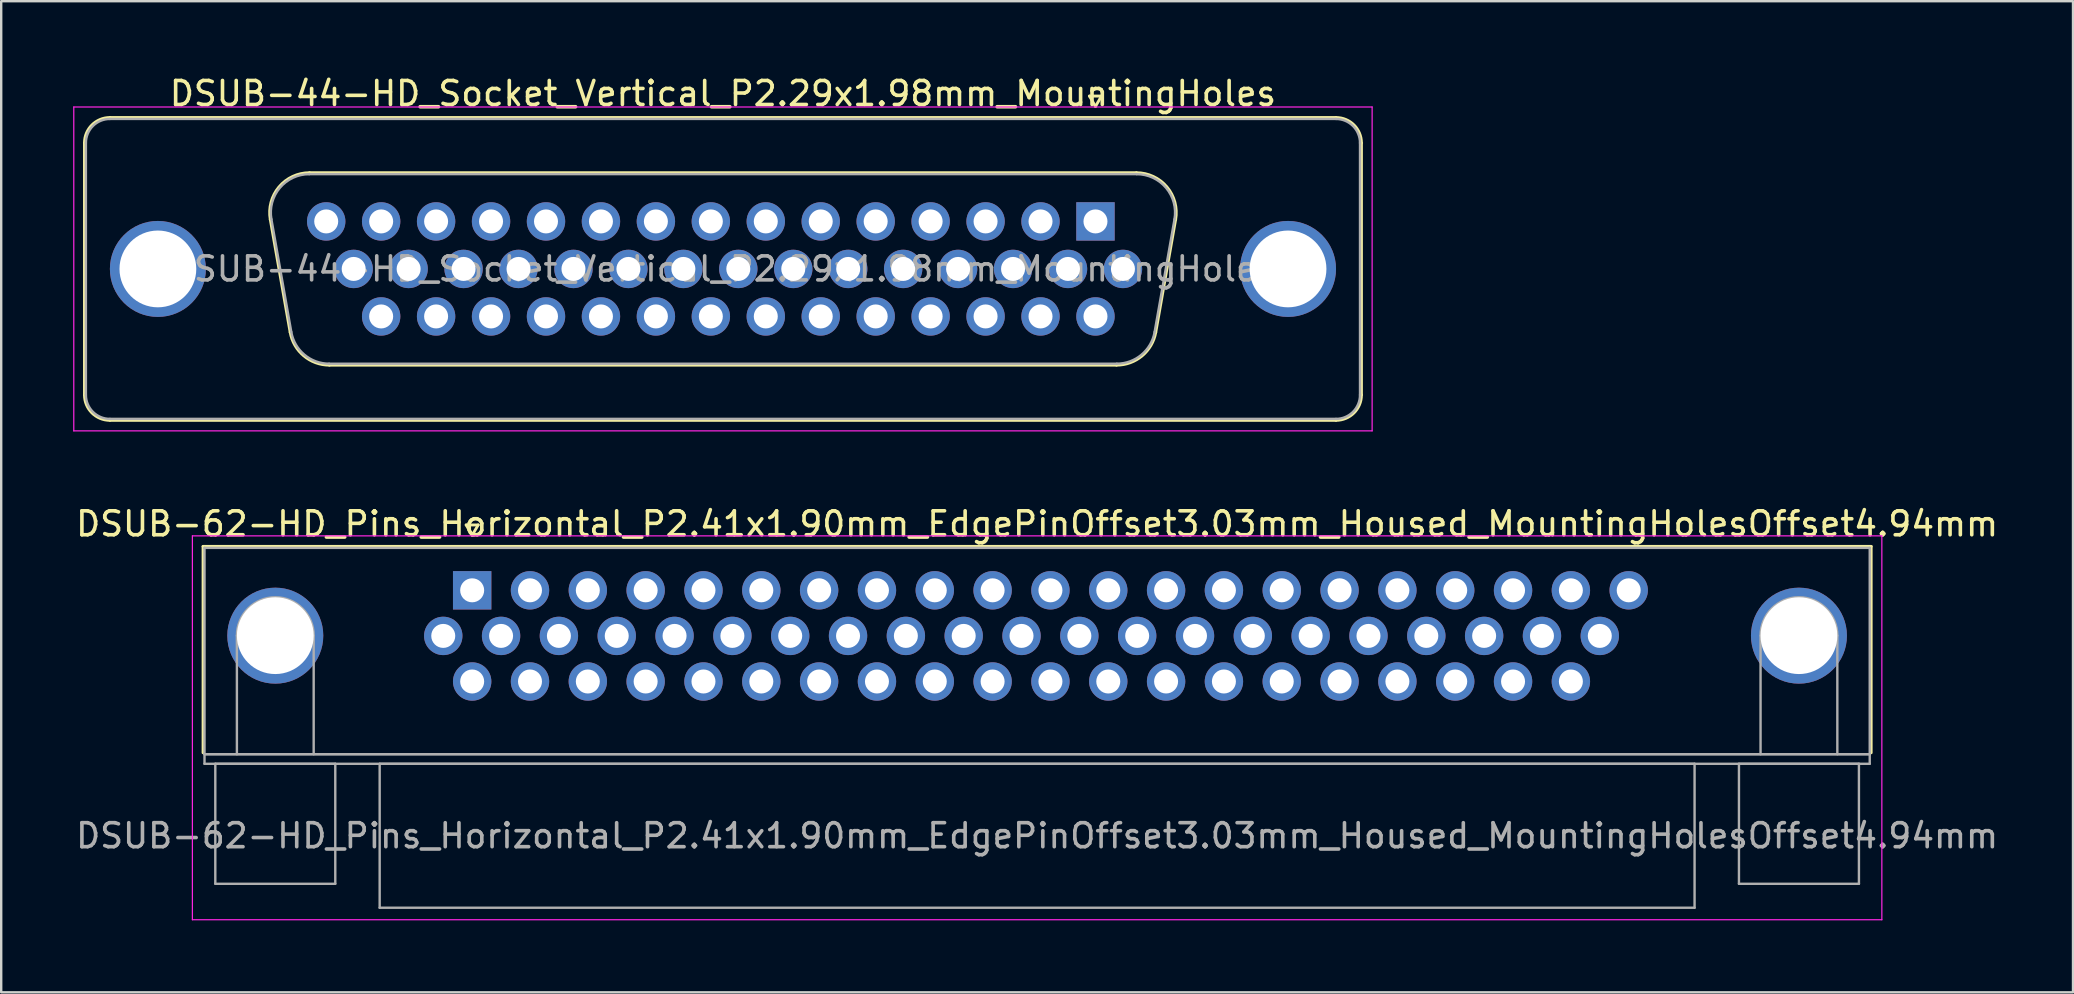
<source format=kicad_pcb>
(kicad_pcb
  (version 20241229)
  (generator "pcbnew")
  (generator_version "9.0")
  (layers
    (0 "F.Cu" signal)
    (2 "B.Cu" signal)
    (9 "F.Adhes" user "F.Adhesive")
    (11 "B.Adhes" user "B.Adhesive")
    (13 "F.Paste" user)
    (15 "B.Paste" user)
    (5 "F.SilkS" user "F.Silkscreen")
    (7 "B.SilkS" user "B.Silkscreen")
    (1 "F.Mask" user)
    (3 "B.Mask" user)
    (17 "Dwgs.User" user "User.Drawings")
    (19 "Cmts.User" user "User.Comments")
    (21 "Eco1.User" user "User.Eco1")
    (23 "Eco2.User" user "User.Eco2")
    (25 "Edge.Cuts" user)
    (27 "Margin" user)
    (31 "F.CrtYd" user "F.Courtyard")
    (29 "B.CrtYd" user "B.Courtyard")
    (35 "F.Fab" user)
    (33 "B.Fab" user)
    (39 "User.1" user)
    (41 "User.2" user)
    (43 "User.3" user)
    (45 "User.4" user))
  (footprint "DSUB-62-HD_Pins_Horizontal_P2.41x1.90mm_EdgePinOffset3.03mm_Housed_MountingHolesOffset4.94mm"
    (layer "F.Cu")
    (at 16.628 21.552)
    (property "Reference" "DSUB-62-HD_Pins_Horizontal_P2.41x1.90mm_EdgePinOffset3.03mm_Housed_MountingHolesOffset4.94mm" (at 23.545 -2.77 0) (layer "F.SilkS") (effects (font (size 1 1) (thickness 0.15))))
    (attr through_hole)
    (fp_line (start -11.215 -1.83) (end 58.305 -1.83) (stroke (width 0.12) (type solid)) (layer "F.SilkS"))
    (fp_line (start -11.215 6.77) (end -11.215 -1.83) (stroke (width 0.12) (type solid)) (layer "F.SilkS"))
    (fp_line (start -0.25 -2.724) (end 0.25 -2.724) (stroke (width 0.12) (type solid)) (layer "F.SilkS"))
    (fp_line (start 0 -2.291) (end -0.25 -2.724) (stroke (width 0.12) (type solid)) (layer "F.SilkS"))
    (fp_line (start 0.25 -2.724) (end 0 -2.291) (stroke (width 0.12) (type solid)) (layer "F.SilkS"))
    (fp_line (start 58.305 -1.83) (end 58.305 6.77) (stroke (width 0.12) (type solid)) (layer "F.SilkS"))
    (fp_line (start -11.66 -2.27) (end -11.66 13.73) (stroke (width 0.05) (type solid)) (layer "F.CrtYd"))
    (fp_line (start -11.66 13.73) (end 58.75 13.73) (stroke (width 0.05) (type solid)) (layer "F.CrtYd"))
    (fp_line (start 58.75 -2.27) (end -11.66 -2.27) (stroke (width 0.05) (type solid)) (layer "F.CrtYd"))
    (fp_line (start 58.75 13.73) (end 58.75 -2.27) (stroke (width 0.05) (type solid)) (layer "F.CrtYd"))
    (fp_line (start -11.155 -1.77) (end -11.155 6.83) (stroke (width 0.1) (type solid)) (layer "F.Fab"))
    (fp_line (start -11.155 6.83) (end -11.155 7.23) (stroke (width 0.1) (type solid)) (layer "F.Fab"))
    (fp_line (start -11.155 6.83) (end 58.245 6.83) (stroke (width 0.1) (type solid)) (layer "F.Fab"))
    (fp_line (start -11.155 7.23) (end 58.245 7.23) (stroke (width 0.1) (type solid)) (layer "F.Fab"))
    (fp_line (start -10.705 7.23) (end -10.705 12.23) (stroke (width 0.1) (type solid)) (layer "F.Fab"))
    (fp_line (start -10.705 12.23) (end -5.705 12.23) (stroke (width 0.1) (type solid)) (layer "F.Fab"))
    (fp_line (start -9.805 6.83) (end -9.805 1.89) (stroke (width 0.1) (type solid)) (layer "F.Fab"))
    (fp_line (start -6.605 6.83) (end -6.605 1.89) (stroke (width 0.1) (type solid)) (layer "F.Fab"))
    (fp_line (start -5.705 7.23) (end -10.705 7.23) (stroke (width 0.1) (type solid)) (layer "F.Fab"))
    (fp_line (start -5.705 12.23) (end -5.705 7.23) (stroke (width 0.1) (type solid)) (layer "F.Fab"))
    (fp_line (start -3.855 7.23) (end -3.855 13.23) (stroke (width 0.1) (type solid)) (layer "F.Fab"))
    (fp_line (start -3.855 13.23) (end 50.945 13.23) (stroke (width 0.1) (type solid)) (layer "F.Fab"))
    (fp_line (start 50.945 7.23) (end -3.855 7.23) (stroke (width 0.1) (type solid)) (layer "F.Fab"))
    (fp_line (start 50.945 13.23) (end 50.945 7.23) (stroke (width 0.1) (type solid)) (layer "F.Fab"))
    (fp_line (start 52.795 7.23) (end 52.795 12.23) (stroke (width 0.1) (type solid)) (layer "F.Fab"))
    (fp_line (start 52.795 12.23) (end 57.795 12.23) (stroke (width 0.1) (type solid)) (layer "F.Fab"))
    (fp_line (start 53.695 6.83) (end 53.695 1.89) (stroke (width 0.1) (type solid)) (layer "F.Fab"))
    (fp_line (start 56.895 6.83) (end 56.895 1.89) (stroke (width 0.1) (type solid)) (layer "F.Fab"))
    (fp_line (start 57.795 7.23) (end 52.795 7.23) (stroke (width 0.1) (type solid)) (layer "F.Fab"))
    (fp_line (start 57.795 12.23) (end 57.795 7.23) (stroke (width 0.1) (type solid)) (layer "F.Fab"))
    (fp_line (start 58.245 -1.77) (end -11.155 -1.77) (stroke (width 0.1) (type solid)) (layer "F.Fab"))
    (fp_line (start 58.245 6.83) (end -11.155 6.83) (stroke (width 0.1) (type solid)) (layer "F.Fab"))
    (fp_line (start 58.245 6.83) (end 58.245 -1.77) (stroke (width 0.1) (type solid)) (layer "F.Fab"))
    (fp_line (start 58.245 7.23) (end 58.245 6.83) (stroke (width 0.1) (type solid)) (layer "F.Fab"))
    (fp_arc (start -9.805 1.89) (mid -8.205 0.29) (end -6.605 1.89) (stroke (width 0.1) (type solid)) (layer "F.Fab"))
    (fp_arc (start 53.695 1.89) (mid 55.295 0.29) (end 56.895 1.89) (stroke (width 0.1) (type solid)) (layer "F.Fab"))
    (fp_text user "${REFERENCE}" (at 23.545 10.23 0) (layer "F.Fab") (effects (font (size 1 1) (thickness 0.15))))
    (pad "0" thru_hole circle (at -8.205 1.89) (size 4 4) (drill 3.2) (layers "*.Cu" "*.Mask"))
    (pad "0" thru_hole circle (at 55.295 1.89) (size 4 4) (drill 3.2) (layers "*.Cu" "*.Mask"))
    (pad "1" thru_hole rect (at 0 0) (size 1.6 1.6) (drill 1) (layers "*.Cu" "*.Mask"))
    (pad "2" thru_hole circle (at 2.41 0) (size 1.6 1.6) (drill 1) (layers "*.Cu" "*.Mask"))
    (pad "3" thru_hole circle (at 4.82 0) (size 1.6 1.6) (drill 1) (layers "*.Cu" "*.Mask"))
    (pad "4" thru_hole circle (at 7.23 0) (size 1.6 1.6) (drill 1) (layers "*.Cu" "*.Mask"))
    (pad "5" thru_hole circle (at 9.64 0) (size 1.6 1.6) (drill 1) (layers "*.Cu" "*.Mask"))
    (pad "6" thru_hole circle (at 12.05 0) (size 1.6 1.6) (drill 1) (layers "*.Cu" "*.Mask"))
    (pad "7" thru_hole circle (at 14.46 0) (size 1.6 1.6) (drill 1) (layers "*.Cu" "*.Mask"))
    (pad "8" thru_hole circle (at 16.87 0) (size 1.6 1.6) (drill 1) (layers "*.Cu" "*.Mask"))
    (pad "9" thru_hole circle (at 19.28 0) (size 1.6 1.6) (drill 1) (layers "*.Cu" "*.Mask"))
    (pad "10" thru_hole circle (at 21.69 0) (size 1.6 1.6) (drill 1) (layers "*.Cu" "*.Mask"))
    (pad "11" thru_hole circle (at 24.1 0) (size 1.6 1.6) (drill 1) (layers "*.Cu" "*.Mask"))
    (pad "12" thru_hole circle (at 26.51 0) (size 1.6 1.6) (drill 1) (layers "*.Cu" "*.Mask"))
    (pad "13" thru_hole circle (at 28.92 0) (size 1.6 1.6) (drill 1) (layers "*.Cu" "*.Mask"))
    (pad "14" thru_hole circle (at 31.33 0) (size 1.6 1.6) (drill 1) (layers "*.Cu" "*.Mask"))
    (pad "15" thru_hole circle (at 33.74 0) (size 1.6 1.6) (drill 1) (layers "*.Cu" "*.Mask"))
    (pad "16" thru_hole circle (at 36.15 0) (size 1.6 1.6) (drill 1) (layers "*.Cu" "*.Mask"))
    (pad "17" thru_hole circle (at 38.56 0) (size 1.6 1.6) (drill 1) (layers "*.Cu" "*.Mask"))
    (pad "18" thru_hole circle (at 40.97 0) (size 1.6 1.6) (drill 1) (layers "*.Cu" "*.Mask"))
    (pad "19" thru_hole circle (at 43.38 0) (size 1.6 1.6) (drill 1) (layers "*.Cu" "*.Mask"))
    (pad "20" thru_hole circle (at 45.79 0) (size 1.6 1.6) (drill 1) (layers "*.Cu" "*.Mask"))
    (pad "21" thru_hole circle (at 48.2 0) (size 1.6 1.6) (drill 1) (layers "*.Cu" "*.Mask"))
    (pad "22" thru_hole circle (at -1.205 1.9) (size 1.6 1.6) (drill 1) (layers "*.Cu" "*.Mask"))
    (pad "23" thru_hole circle (at 1.205 1.9) (size 1.6 1.6) (drill 1) (layers "*.Cu" "*.Mask"))
    (pad "24" thru_hole circle (at 3.615 1.9) (size 1.6 1.6) (drill 1) (layers "*.Cu" "*.Mask"))
    (pad "25" thru_hole circle (at 6.025 1.9) (size 1.6 1.6) (drill 1) (layers "*.Cu" "*.Mask"))
    (pad "26" thru_hole circle (at 8.435 1.9) (size 1.6 1.6) (drill 1) (layers "*.Cu" "*.Mask"))
    (pad "27" thru_hole circle (at 10.845 1.9) (size 1.6 1.6) (drill 1) (layers "*.Cu" "*.Mask"))
    (pad "28" thru_hole circle (at 13.255 1.9) (size 1.6 1.6) (drill 1) (layers "*.Cu" "*.Mask"))
    (pad "29" thru_hole circle (at 15.665 1.9) (size 1.6 1.6) (drill 1) (layers "*.Cu" "*.Mask"))
    (pad "30" thru_hole circle (at 18.075 1.9) (size 1.6 1.6) (drill 1) (layers "*.Cu" "*.Mask"))
    (pad "31" thru_hole circle (at 20.485 1.9) (size 1.6 1.6) (drill 1) (layers "*.Cu" "*.Mask"))
    (pad "32" thru_hole circle (at 22.895 1.9) (size 1.6 1.6) (drill 1) (layers "*.Cu" "*.Mask"))
    (pad "33" thru_hole circle (at 25.305 1.9) (size 1.6 1.6) (drill 1) (layers "*.Cu" "*.Mask"))
    (pad "34" thru_hole circle (at 27.715 1.9) (size 1.6 1.6) (drill 1) (layers "*.Cu" "*.Mask"))
    (pad "35" thru_hole circle (at 30.125 1.9) (size 1.6 1.6) (drill 1) (layers "*.Cu" "*.Mask"))
    (pad "36" thru_hole circle (at 32.535 1.9) (size 1.6 1.6) (drill 1) (layers "*.Cu" "*.Mask"))
    (pad "37" thru_hole circle (at 34.945 1.9) (size 1.6 1.6) (drill 1) (layers "*.Cu" "*.Mask"))
    (pad "38" thru_hole circle (at 37.355 1.9) (size 1.6 1.6) (drill 1) (layers "*.Cu" "*.Mask"))
    (pad "39" thru_hole circle (at 39.765 1.9) (size 1.6 1.6) (drill 1) (layers "*.Cu" "*.Mask"))
    (pad "40" thru_hole circle (at 42.175 1.9) (size 1.6 1.6) (drill 1) (layers "*.Cu" "*.Mask"))
    (pad "41" thru_hole circle (at 44.585 1.9) (size 1.6 1.6) (drill 1) (layers "*.Cu" "*.Mask"))
    (pad "42" thru_hole circle (at 46.995 1.9) (size 1.6 1.6) (drill 1) (layers "*.Cu" "*.Mask"))
    (pad "43" thru_hole circle (at 0 3.8) (size 1.6 1.6) (drill 1) (layers "*.Cu" "*.Mask"))
    (pad "44" thru_hole circle (at 2.41 3.8) (size 1.6 1.6) (drill 1) (layers "*.Cu" "*.Mask"))
    (pad "45" thru_hole circle (at 4.82 3.8) (size 1.6 1.6) (drill 1) (layers "*.Cu" "*.Mask"))
    (pad "46" thru_hole circle (at 7.23 3.8) (size 1.6 1.6) (drill 1) (layers "*.Cu" "*.Mask"))
    (pad "47" thru_hole circle (at 9.64 3.8) (size 1.6 1.6) (drill 1) (layers "*.Cu" "*.Mask"))
    (pad "48" thru_hole circle (at 12.05 3.8) (size 1.6 1.6) (drill 1) (layers "*.Cu" "*.Mask"))
    (pad "49" thru_hole circle (at 14.46 3.8) (size 1.6 1.6) (drill 1) (layers "*.Cu" "*.Mask"))
    (pad "50" thru_hole circle (at 16.87 3.8) (size 1.6 1.6) (drill 1) (layers "*.Cu" "*.Mask"))
    (pad "51" thru_hole circle (at 19.28 3.8) (size 1.6 1.6) (drill 1) (layers "*.Cu" "*.Mask"))
    (pad "52" thru_hole circle (at 21.69 3.8) (size 1.6 1.6) (drill 1) (layers "*.Cu" "*.Mask"))
    (pad "53" thru_hole circle (at 24.1 3.8) (size 1.6 1.6) (drill 1) (layers "*.Cu" "*.Mask"))
    (pad "54" thru_hole circle (at 26.51 3.8) (size 1.6 1.6) (drill 1) (layers "*.Cu" "*.Mask"))
    (pad "55" thru_hole circle (at 28.92 3.8) (size 1.6 1.6) (drill 1) (layers "*.Cu" "*.Mask"))
    (pad "56" thru_hole circle (at 31.33 3.8) (size 1.6 1.6) (drill 1) (layers "*.Cu" "*.Mask"))
    (pad "57" thru_hole circle (at 33.74 3.8) (size 1.6 1.6) (drill 1) (layers "*.Cu" "*.Mask"))
    (pad "58" thru_hole circle (at 36.15 3.8) (size 1.6 1.6) (drill 1) (layers "*.Cu" "*.Mask"))
    (pad "59" thru_hole circle (at 38.56 3.8) (size 1.6 1.6) (drill 1) (layers "*.Cu" "*.Mask"))
    (pad "60" thru_hole circle (at 40.97 3.8) (size 1.6 1.6) (drill 1) (layers "*.Cu" "*.Mask"))
    (pad "61" thru_hole circle (at 43.38 3.8) (size 1.6 1.6) (drill 1) (layers "*.Cu" "*.Mask"))
    (pad "62" thru_hole circle (at 45.79 3.8) (size 1.6 1.6) (drill 1) (layers "*.Cu" "*.Mask")))
  (footprint "DSUB-44-HD_Socket_Vertical_P2.29x1.98mm_MountingHoles"
    (layer "F.Cu")
    (at 42.605 6.178)
    (property "Reference" "DSUB-44-HD_Socket_Vertical_P2.29x1.98mm_MountingHoles" (at -15.525 -5.33 0) (layer "F.SilkS") (effects (font (size 1 1) (thickness 0.15))))
    (attr through_hole)
    (fp_line (start -42.135 7.23) (end -42.135 -3.27) (stroke (width 0.12) (type solid)) (layer "F.SilkS"))
    (fp_line (start -41.075 -4.33) (end 10.025 -4.33) (stroke (width 0.12) (type solid)) (layer "F.SilkS"))
    (fp_line (start -33.563 4.618) (end -34.391 -0.082) (stroke (width 0.12) (type solid)) (layer "F.SilkS"))
    (fp_line (start -32.757 -2.03) (end 1.707 -2.03) (stroke (width 0.12) (type solid)) (layer "F.SilkS"))
    (fp_line (start -0.25 -5.224) (end 0.25 -5.224) (stroke (width 0.12) (type solid)) (layer "F.SilkS"))
    (fp_line (start 0 -4.791) (end -0.25 -5.224) (stroke (width 0.12) (type solid)) (layer "F.SilkS"))
    (fp_line (start 0.25 -5.224) (end 0 -4.791) (stroke (width 0.12) (type solid)) (layer "F.SilkS"))
    (fp_line (start 0.878 5.99) (end -31.928 5.99) (stroke (width 0.12) (type solid)) (layer "F.SilkS"))
    (fp_line (start 3.341 -0.082) (end 2.513 4.618) (stroke (width 0.12) (type solid)) (layer "F.SilkS"))
    (fp_line (start 10.025 8.29) (end -41.075 8.29) (stroke (width 0.12) (type solid)) (layer "F.SilkS"))
    (fp_line (start 11.085 -3.27) (end 11.085 7.23) (stroke (width 0.12) (type solid)) (layer "F.SilkS"))
    (fp_arc (start -42.135 -3.27) (mid -41.824533 -4.019533) (end -41.075 -4.33) (stroke (width 0.12) (type solid)) (layer "F.SilkS"))
    (fp_arc (start -41.075 8.29) (mid -41.824533 7.979533) (end -42.135 7.23) (stroke (width 0.12) (type solid)) (layer "F.SilkS"))
    (fp_arc (start -34.39147 -0.081744) (mid -34.028323 -1.437027) (end -32.756689 -2.03) (stroke (width 0.12) (type solid)) (layer "F.SilkS"))
    (fp_arc (start -31.927952 5.99) (mid -32.99498 5.601634) (end -33.562733 4.618256) (stroke (width 0.12) (type solid)) (layer "F.SilkS"))
    (fp_arc (start 1.706689 -2.03) (mid 2.978323 -1.437027) (end 3.34147 -0.081744) (stroke (width 0.12) (type solid)) (layer "F.SilkS"))
    (fp_arc (start 2.512733 4.618256) (mid 1.94498 5.601634) (end 0.877952 5.99) (stroke (width 0.12) (type solid)) (layer "F.SilkS"))
    (fp_arc (start 10.025 -4.33) (mid 10.774533 -4.019533) (end 11.085 -3.27) (stroke (width 0.12) (type solid)) (layer "F.SilkS"))
    (fp_arc (start 11.085 7.23) (mid 10.774533 7.979533) (end 10.025 8.29) (stroke (width 0.12) (type solid)) (layer "F.SilkS"))
    (fp_line (start -42.58 -4.77) (end -42.58 8.73) (stroke (width 0.05) (type solid)) (layer "F.CrtYd"))
    (fp_line (start -42.58 8.73) (end 11.53 8.73) (stroke (width 0.05) (type solid)) (layer "F.CrtYd"))
    (fp_line (start 11.53 -4.77) (end -42.58 -4.77) (stroke (width 0.05) (type solid)) (layer "F.CrtYd"))
    (fp_line (start 11.53 8.73) (end 11.53 -4.77) (stroke (width 0.05) (type solid)) (layer "F.CrtYd"))
    (fp_line (start -42.075 7.23) (end -42.075 -3.27) (stroke (width 0.1) (type solid)) (layer "F.Fab"))
    (fp_line (start -41.075 -4.27) (end 10.025 -4.27) (stroke (width 0.1) (type solid)) (layer "F.Fab"))
    (fp_line (start -33.515 4.608) (end -34.344 -0.092) (stroke (width 0.1) (type solid)) (layer "F.Fab"))
    (fp_line (start -32.768 -1.97) (end 1.718 -1.97) (stroke (width 0.1) (type solid)) (layer "F.Fab"))
    (fp_line (start 0.889 5.93) (end -31.939 5.93) (stroke (width 0.1) (type solid)) (layer "F.Fab"))
    (fp_line (start 3.294 -0.092) (end 2.465 4.608) (stroke (width 0.1) (type solid)) (layer "F.Fab"))
    (fp_line (start 10.025 8.23) (end -41.075 8.23) (stroke (width 0.1) (type solid)) (layer "F.Fab"))
    (fp_line (start 11.025 -3.27) (end 11.025 7.23) (stroke (width 0.1) (type solid)) (layer "F.Fab"))
    (fp_arc (start -42.075 -3.27) (mid -41.782107 -3.977107) (end -41.075 -4.27) (stroke (width 0.1) (type solid)) (layer "F.Fab"))
    (fp_arc (start -41.075 8.23) (mid -41.782107 7.937107) (end -42.075 7.23) (stroke (width 0.1) (type solid)) (layer "F.Fab"))
    (fp_arc (start -34.343887 -0.092163) (mid -33.993865 -1.39846) (end -32.768194 -1.97) (stroke (width 0.1) (type solid)) (layer "F.Fab"))
    (fp_arc (start -31.939457 5.93) (mid -32.967918 5.555671) (end -33.51515 4.607837) (stroke (width 0.1) (type solid)) (layer "F.Fab"))
    (fp_arc (start 1.718194 -1.97) (mid 2.943865 -1.39846) (end 3.293887 -0.092163) (stroke (width 0.1) (type solid)) (layer "F.Fab"))
    (fp_arc (start 2.46515 4.607837) (mid 1.917918 5.555671) (end 0.889457 5.93) (stroke (width 0.1) (type solid)) (layer "F.Fab"))
    (fp_arc (start 10.025 -4.27) (mid 10.732107 -3.977107) (end 11.025 -3.27) (stroke (width 0.1) (type solid)) (layer "F.Fab"))
    (fp_arc (start 11.025 7.23) (mid 10.732107 7.937107) (end 10.025 8.23) (stroke (width 0.1) (type solid)) (layer "F.Fab"))
    (fp_text user "${REFERENCE}" (at -15.525 1.98 0) (layer "F.Fab") (effects (font (size 1 1) (thickness 0.15))))
    (pad "0" thru_hole circle (at -39.075 1.98) (size 4 4) (drill 3.2) (layers "*.Cu" "*.Mask"))
    (pad "0" thru_hole circle (at 8.025 1.98) (size 4 4) (drill 3.2) (layers "*.Cu" "*.Mask"))
    (pad "1" thru_hole rect (at 0 0) (size 1.6 1.6) (drill 1) (layers "*.Cu" "*.Mask"))
    (pad "2" thru_hole circle (at -2.29 0) (size 1.6 1.6) (drill 1) (layers "*.Cu" "*.Mask"))
    (pad "3" thru_hole circle (at -4.58 0) (size 1.6 1.6) (drill 1) (layers "*.Cu" "*.Mask"))
    (pad "4" thru_hole circle (at -6.87 0) (size 1.6 1.6) (drill 1) (layers "*.Cu" "*.Mask"))
    (pad "5" thru_hole circle (at -9.16 0) (size 1.6 1.6) (drill 1) (layers "*.Cu" "*.Mask"))
    (pad "6" thru_hole circle (at -11.45 0) (size 1.6 1.6) (drill 1) (layers "*.Cu" "*.Mask"))
    (pad "7" thru_hole circle (at -13.74 0) (size 1.6 1.6) (drill 1) (layers "*.Cu" "*.Mask"))
    (pad "8" thru_hole circle (at -16.03 0) (size 1.6 1.6) (drill 1) (layers "*.Cu" "*.Mask"))
    (pad "9" thru_hole circle (at -18.32 0) (size 1.6 1.6) (drill 1) (layers "*.Cu" "*.Mask"))
    (pad "10" thru_hole circle (at -20.61 0) (size 1.6 1.6) (drill 1) (layers "*.Cu" "*.Mask"))
    (pad "11" thru_hole circle (at -22.9 0) (size 1.6 1.6) (drill 1) (layers "*.Cu" "*.Mask"))
    (pad "12" thru_hole circle (at -25.19 0) (size 1.6 1.6) (drill 1) (layers "*.Cu" "*.Mask"))
    (pad "13" thru_hole circle (at -27.48 0) (size 1.6 1.6) (drill 1) (layers "*.Cu" "*.Mask"))
    (pad "14" thru_hole circle (at -29.77 0) (size 1.6 1.6) (drill 1) (layers "*.Cu" "*.Mask"))
    (pad "15" thru_hole circle (at -32.06 0) (size 1.6 1.6) (drill 1) (layers "*.Cu" "*.Mask"))
    (pad "16" thru_hole circle (at 1.145 1.98) (size 1.6 1.6) (drill 1) (layers "*.Cu" "*.Mask"))
    (pad "17" thru_hole circle (at -1.145 1.98) (size 1.6 1.6) (drill 1) (layers "*.Cu" "*.Mask"))
    (pad "18" thru_hole circle (at -3.435 1.98) (size 1.6 1.6) (drill 1) (layers "*.Cu" "*.Mask"))
    (pad "19" thru_hole circle (at -5.725 1.98) (size 1.6 1.6) (drill 1) (layers "*.Cu" "*.Mask"))
    (pad "20" thru_hole circle (at -8.015 1.98) (size 1.6 1.6) (drill 1) (layers "*.Cu" "*.Mask"))
    (pad "21" thru_hole circle (at -10.305 1.98) (size 1.6 1.6) (drill 1) (layers "*.Cu" "*.Mask"))
    (pad "22" thru_hole circle (at -12.595 1.98) (size 1.6 1.6) (drill 1) (layers "*.Cu" "*.Mask"))
    (pad "23" thru_hole circle (at -14.885 1.98) (size 1.6 1.6) (drill 1) (layers "*.Cu" "*.Mask"))
    (pad "24" thru_hole circle (at -17.175 1.98) (size 1.6 1.6) (drill 1) (layers "*.Cu" "*.Mask"))
    (pad "25" thru_hole circle (at -19.465 1.98) (size 1.6 1.6) (drill 1) (layers "*.Cu" "*.Mask"))
    (pad "26" thru_hole circle (at -21.755 1.98) (size 1.6 1.6) (drill 1) (layers "*.Cu" "*.Mask"))
    (pad "27" thru_hole circle (at -24.045 1.98) (size 1.6 1.6) (drill 1) (layers "*.Cu" "*.Mask"))
    (pad "28" thru_hole circle (at -26.335 1.98) (size 1.6 1.6) (drill 1) (layers "*.Cu" "*.Mask"))
    (pad "29" thru_hole circle (at -28.625 1.98) (size 1.6 1.6) (drill 1) (layers "*.Cu" "*.Mask"))
    (pad "30" thru_hole circle (at -30.915 1.98) (size 1.6 1.6) (drill 1) (layers "*.Cu" "*.Mask"))
    (pad "31" thru_hole circle (at 0 3.96) (size 1.6 1.6) (drill 1) (layers "*.Cu" "*.Mask"))
    (pad "32" thru_hole circle (at -2.29 3.96) (size 1.6 1.6) (drill 1) (layers "*.Cu" "*.Mask"))
    (pad "33" thru_hole circle (at -4.58 3.96) (size 1.6 1.6) (drill 1) (layers "*.Cu" "*.Mask"))
    (pad "34" thru_hole circle (at -6.87 3.96) (size 1.6 1.6) (drill 1) (layers "*.Cu" "*.Mask"))
    (pad "35" thru_hole circle (at -9.16 3.96) (size 1.6 1.6) (drill 1) (layers "*.Cu" "*.Mask"))
    (pad "36" thru_hole circle (at -11.45 3.96) (size 1.6 1.6) (drill 1) (layers "*.Cu" "*.Mask"))
    (pad "37" thru_hole circle (at -13.74 3.96) (size 1.6 1.6) (drill 1) (layers "*.Cu" "*.Mask"))
    (pad "38" thru_hole circle (at -16.03 3.96) (size 1.6 1.6) (drill 1) (layers "*.Cu" "*.Mask"))
    (pad "39" thru_hole circle (at -18.32 3.96) (size 1.6 1.6) (drill 1) (layers "*.Cu" "*.Mask"))
    (pad "40" thru_hole circle (at -20.61 3.96) (size 1.6 1.6) (drill 1) (layers "*.Cu" "*.Mask"))
    (pad "41" thru_hole circle (at -22.9 3.96) (size 1.6 1.6) (drill 1) (layers "*.Cu" "*.Mask"))
    (pad "42" thru_hole circle (at -25.19 3.96) (size 1.6 1.6) (drill 1) (layers "*.Cu" "*.Mask"))
    (pad "43" thru_hole circle (at -27.48 3.96) (size 1.6 1.6) (drill 1) (layers "*.Cu" "*.Mask"))
    (pad "44" thru_hole circle (at -29.77 3.96) (size 1.6 1.6) (drill 1) (layers "*.Cu" "*.Mask")))
  (gr_rect
    (start -3 -3)
    (end 83.345 38.306)
    (stroke (width 0.1) (type default))
    (fill no)
    (layer "Edge.Cuts")))
</source>
